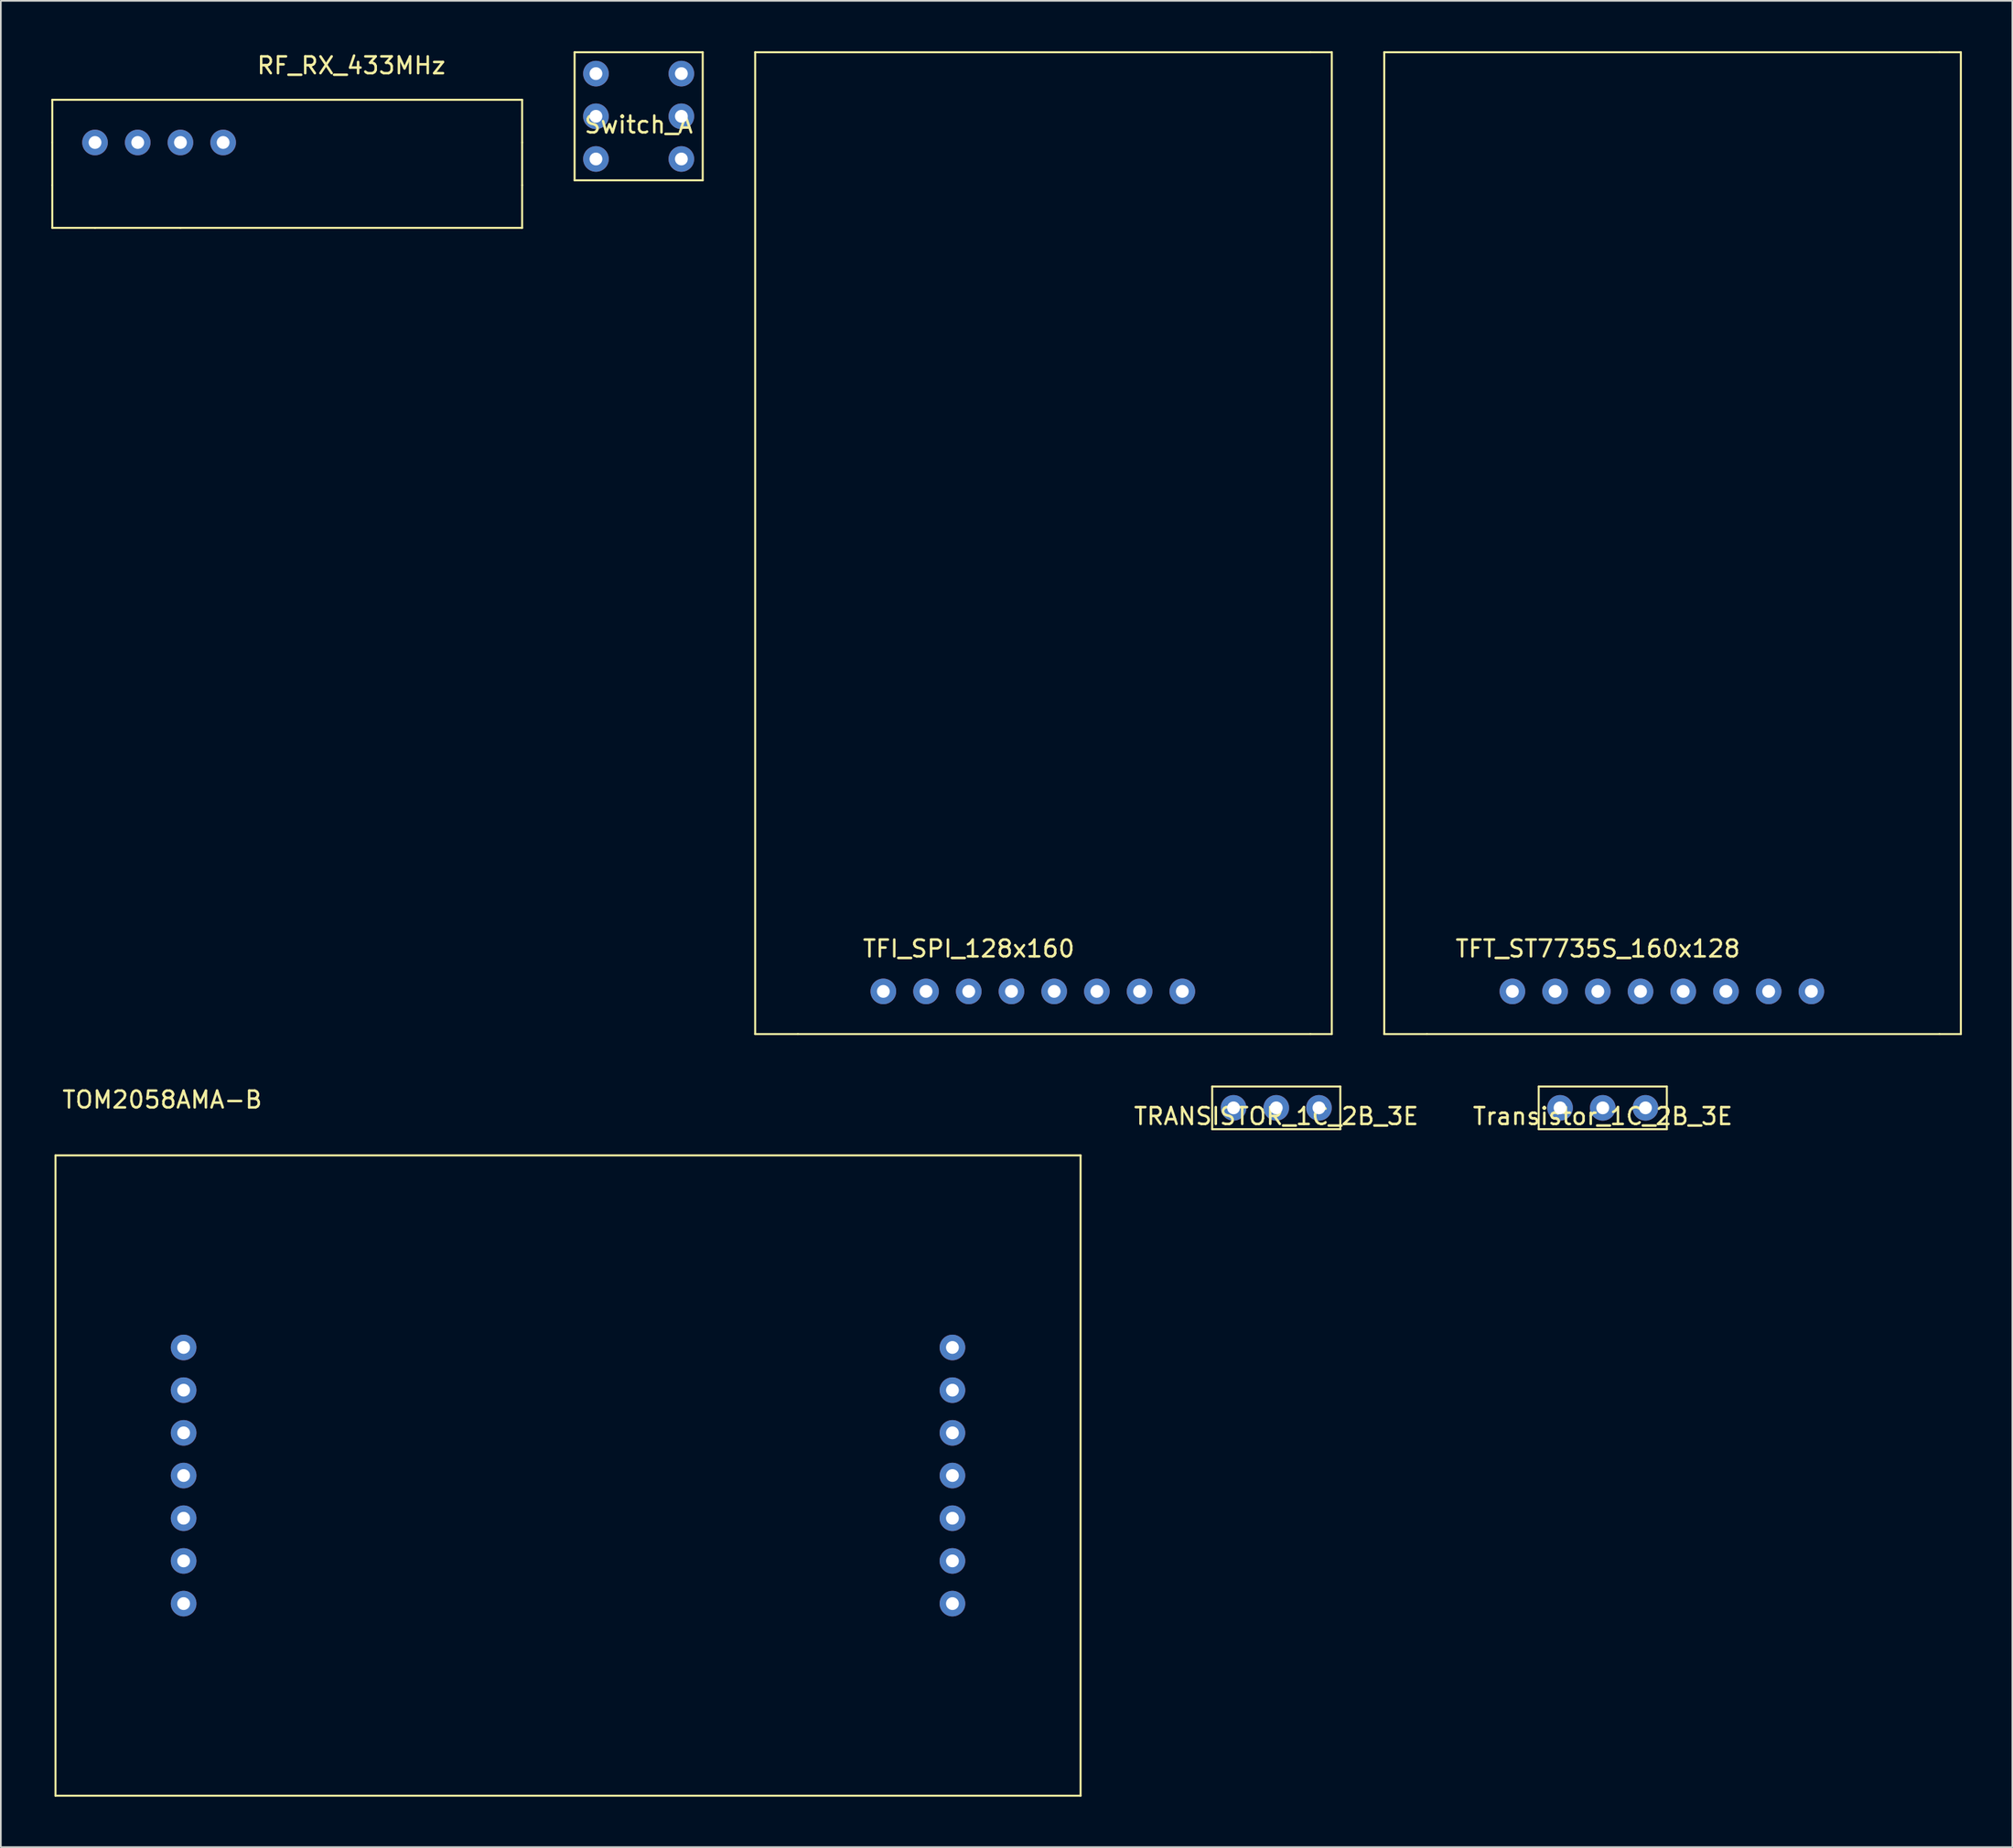
<source format=kicad_pcb>
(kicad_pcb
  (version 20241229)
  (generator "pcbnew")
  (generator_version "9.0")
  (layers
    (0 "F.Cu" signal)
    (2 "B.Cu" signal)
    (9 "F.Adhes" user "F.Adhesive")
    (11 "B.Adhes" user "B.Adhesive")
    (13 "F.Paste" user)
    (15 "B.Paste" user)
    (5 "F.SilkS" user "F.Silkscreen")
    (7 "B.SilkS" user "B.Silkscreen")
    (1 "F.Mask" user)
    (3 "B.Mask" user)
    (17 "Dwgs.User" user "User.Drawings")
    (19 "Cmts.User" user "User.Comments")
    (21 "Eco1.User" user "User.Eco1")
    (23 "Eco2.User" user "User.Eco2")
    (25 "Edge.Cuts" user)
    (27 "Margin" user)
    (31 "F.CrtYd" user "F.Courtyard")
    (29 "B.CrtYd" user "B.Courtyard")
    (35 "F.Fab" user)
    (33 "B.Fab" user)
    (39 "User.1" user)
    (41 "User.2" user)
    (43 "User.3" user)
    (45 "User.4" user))
  (footprint "TFI_SPI_128x160"
    (layer "F.Cu")
    (at 54.56 55.94)
    (property "Reference" "TFI_SPI_128x160" (at 0 -2.54 0) (layer "F.SilkS") (effects (font (size 1 1) (thickness 0.15))))
    (attr through_hole)
    (fp_line (start -12.7 -55.88) (end 20.32 -55.88) (stroke (width 0.12) (type solid)) (layer "F.SilkS"))
    (fp_line (start -12.7 2.54) (end -12.7 -55.88) (stroke (width 0.12) (type solid)) (layer "F.SilkS"))
    (fp_line (start -12.7 2.54) (end -10.16 2.54) (stroke (width 0.12) (type solid)) (layer "F.SilkS"))
    (fp_line (start 20.32 -55.88) (end 21.59 -55.88) (stroke (width 0.12) (type solid)) (layer "F.SilkS"))
    (fp_line (start 20.32 2.54) (end -10.16 2.54) (stroke (width 0.12) (type solid)) (layer "F.SilkS"))
    (fp_line (start 21.59 -55.88) (end 21.59 2.54) (stroke (width 0.12) (type solid)) (layer "F.SilkS"))
    (fp_line (start 21.59 2.54) (end 20.32 2.54) (stroke (width 0.12) (type solid)) (layer "F.SilkS"))
    (pad "1" thru_hole circle (at -5.08 0) (size 1.524 1.524) (drill 0.762) (layers "*.Cu" "*.Mask"))
    (pad "2" thru_hole circle (at -2.54 0) (size 1.524 1.524) (drill 0.762) (layers "*.Cu" "*.Mask"))
    (pad "3" thru_hole circle (at 0 0) (size 1.524 1.524) (drill 0.762) (layers "*.Cu" "*.Mask"))
    (pad "4" thru_hole circle (at 2.54 0) (size 1.524 1.524) (drill 0.762) (layers "*.Cu" "*.Mask"))
    (pad "5" thru_hole circle (at 5.08 0) (size 1.524 1.524) (drill 0.762) (layers "*.Cu" "*.Mask"))
    (pad "6" thru_hole circle (at 7.62 0) (size 1.524 1.524) (drill 0.762) (layers "*.Cu" "*.Mask"))
    (pad "7" thru_hole circle (at 10.16 0) (size 1.524 1.524) (drill 0.762) (layers "*.Cu" "*.Mask"))
    (pad "8" thru_hole circle (at 12.7 0) (size 1.524 1.524) (drill 0.762) (layers "*.Cu" "*.Mask")))
  (footprint "TOM2058AMA-B"
    (layer "F.Cu")
    (at 0.25 65.698)
    (property "Reference" "TOM2058AMA-B" (at 6.35 -3.31 0) (layer "F.SilkS") (effects (font (size 1 1) (thickness 0.15))))
    (attr through_hole)
    (fp_line (start 0 0) (end 60.96 0) (stroke (width 0.12) (type solid)) (layer "F.SilkS"))
    (fp_line (start 0 38.1) (end 0 0) (stroke (width 0.12) (type solid)) (layer "F.SilkS"))
    (fp_line (start 60.96 0) (end 60.96 38.1) (stroke (width 0.12) (type solid)) (layer "F.SilkS"))
    (fp_line (start 60.96 38.1) (end 0 38.1) (stroke (width 0.12) (type solid)) (layer "F.SilkS"))
    (pad "1" thru_hole circle (at 7.62 11.43) (size 1.524 1.524) (drill 0.762) (layers "*.Cu" "*.Mask"))
    (pad "2" thru_hole circle (at 7.62 13.97) (size 1.524 1.524) (drill 0.762) (layers "*.Cu" "*.Mask"))
    (pad "3" thru_hole circle (at 7.62 16.51) (size 1.524 1.524) (drill 0.762) (layers "*.Cu" "*.Mask"))
    (pad "4" thru_hole circle (at 7.62 19.05) (size 1.524 1.524) (drill 0.762) (layers "*.Cu" "*.Mask"))
    (pad "5" thru_hole circle (at 7.62 21.59) (size 1.524 1.524) (drill 0.762) (layers "*.Cu" "*.Mask"))
    (pad "6" thru_hole circle (at 7.62 24.13) (size 1.524 1.524) (drill 0.762) (layers "*.Cu" "*.Mask"))
    (pad "7" thru_hole circle (at 7.62 26.67) (size 1.524 1.524) (drill 0.762) (layers "*.Cu" "*.Mask"))
    (pad "8" thru_hole circle (at 53.34 26.67) (size 1.524 1.524) (drill 0.762) (layers "*.Cu" "*.Mask"))
    (pad "9" thru_hole circle (at 53.34 24.13) (size 1.524 1.524) (drill 0.762) (layers "*.Cu" "*.Mask"))
    (pad "10" thru_hole circle (at 53.34 21.59) (size 1.524 1.524) (drill 0.762) (layers "*.Cu" "*.Mask"))
    (pad "11" thru_hole circle (at 53.34 19.05) (size 1.524 1.524) (drill 0.762) (layers "*.Cu" "*.Mask"))
    (pad "12" thru_hole circle (at 53.34 16.51) (size 1.524 1.524) (drill 0.762) (layers "*.Cu" "*.Mask"))
    (pad "13" thru_hole circle (at 53.34 13.97) (size 1.524 1.524) (drill 0.762) (layers "*.Cu" "*.Mask"))
    (pad "14" thru_hole circle (at 53.34 11.43) (size 1.524 1.524) (drill 0.762) (layers "*.Cu" "*.Mask")))
  (footprint "RF_RX_433MHz"
    (layer "F.Cu")
    (at 17.84 0.348)
    (property "Reference" "RF_RX_433MHz" (at 0 0.5 0) (layer "F.SilkS") (effects (font (size 1 1) (thickness 0.15))))
    (attr through_hole)
    (fp_line (start -17.78 2.54) (end 10.16 2.54) (stroke (width 0.12) (type solid)) (layer "F.SilkS"))
    (fp_line (start -17.78 5.08) (end -17.78 2.54) (stroke (width 0.12) (type solid)) (layer "F.SilkS"))
    (fp_line (start -17.78 5.08) (end -17.78 7.62) (stroke (width 0.12) (type solid)) (layer "F.SilkS"))
    (fp_line (start -17.78 7.62) (end -17.78 10.16) (stroke (width 0.12) (type solid)) (layer "F.SilkS"))
    (fp_line (start -17.78 10.16) (end -15.24 10.16) (stroke (width 0.12) (type solid)) (layer "F.SilkS"))
    (fp_line (start -15.24 10.16) (end -10.16 10.16) (stroke (width 0.12) (type solid)) (layer "F.SilkS"))
    (fp_line (start -10.16 10.16) (end 10.16 10.16) (stroke (width 0.12) (type solid)) (layer "F.SilkS"))
    (fp_line (start 10.16 5.08) (end 10.16 2.54) (stroke (width 0.12) (type solid)) (layer "F.SilkS"))
    (fp_line (start 10.16 7.62) (end 10.16 5.08) (stroke (width 0.12) (type solid)) (layer "F.SilkS"))
    (fp_line (start 10.16 10.16) (end 10.16 7.62) (stroke (width 0.12) (type solid)) (layer "F.SilkS"))
    (pad "1" thru_hole circle (at -15.24 5.08) (size 1.524 1.524) (drill 0.762) (layers "*.Cu" "*.Mask"))
    (pad "2" thru_hole circle (at -12.7 5.08) (size 1.524 1.524) (drill 0.762) (layers "*.Cu" "*.Mask"))
    (pad "3" thru_hole circle (at -10.16 5.08) (size 1.524 1.524) (drill 0.762) (layers "*.Cu" "*.Mask"))
    (pad "4" thru_hole circle (at -7.62 5.08) (size 1.524 1.524) (drill 0.762) (layers "*.Cu" "*.Mask")))
  (footprint "Transistor_1C_2B_3E"
    (layer "F.Cu")
    (at 92.264 62.87)
    (property "Reference" "Transistor_1C_2B_3E" (at 0 0.5 0) (layer "F.SilkS") (effects (font (size 1 1) (thickness 0.15))))
    (attr through_hole)
    (fp_line (start -3.81 -1.27) (end 3.81 -1.27) (stroke (width 0.12) (type solid)) (layer "F.SilkS"))
    (fp_line (start -3.81 1.27) (end -3.81 -1.27) (stroke (width 0.12) (type solid)) (layer "F.SilkS"))
    (fp_line (start 3.81 -1.27) (end 3.81 1.27) (stroke (width 0.12) (type solid)) (layer "F.SilkS"))
    (fp_line (start 3.81 1.27) (end -3.81 1.27) (stroke (width 0.12) (type solid)) (layer "F.SilkS"))
    (pad "1" thru_hole circle (at -2.54 0) (size 1.524 1.524) (drill 0.762) (layers "*.Cu" "*.Mask"))
    (pad "2" thru_hole circle (at 0 0) (size 1.524 1.524) (drill 0.762) (layers "*.Cu" "*.Mask"))
    (pad "3" thru_hole circle (at 2.54 0) (size 1.524 1.524) (drill 0.762) (layers "*.Cu" "*.Mask")))
  (footprint "TRANSISTOR_1C_2B_3E"
    (layer "F.Cu")
    (at 72.847 62.87)
    (property "Reference" "TRANSISTOR_1C_2B_3E" (at 0 0.5 0) (layer "F.SilkS") (effects (font (size 1 1) (thickness 0.15))))
    (attr through_hole)
    (fp_line (start -3.81 -1.27) (end 3.81 -1.27) (stroke (width 0.12) (type solid)) (layer "F.SilkS"))
    (fp_line (start -3.81 1.27) (end -3.81 -1.27) (stroke (width 0.12) (type solid)) (layer "F.SilkS"))
    (fp_line (start 3.81 -1.27) (end 3.81 1.27) (stroke (width 0.12) (type solid)) (layer "F.SilkS"))
    (fp_line (start 3.81 1.27) (end -3.81 1.27) (stroke (width 0.12) (type solid)) (layer "F.SilkS"))
    (pad "1" thru_hole circle (at -2.54 0) (size 1.524 1.524) (drill 0.762) (layers "*.Cu" "*.Mask"))
    (pad "2" thru_hole circle (at 0 0) (size 1.524 1.524) (drill 0.762) (layers "*.Cu" "*.Mask"))
    (pad "3" thru_hole circle (at 2.54 0) (size 1.524 1.524) (drill 0.762) (layers "*.Cu" "*.Mask")))
  (footprint "Switch_A"
    (layer "F.Cu")
    (at 34.93 3.87)
    (property "Reference" "Switch_A" (at 0 0.5 0) (layer "F.SilkS") (effects (font (size 1 1) (thickness 0.15))))
    (attr through_hole)
    (fp_line (start -3.81 -3.81) (end 3.81 -3.81) (stroke (width 0.12) (type solid)) (layer "F.SilkS"))
    (fp_line (start -3.81 3.81) (end -3.81 -3.81) (stroke (width 0.12) (type solid)) (layer "F.SilkS"))
    (fp_line (start 3.81 -3.81) (end 3.81 3.81) (stroke (width 0.12) (type solid)) (layer "F.SilkS"))
    (fp_line (start 3.81 3.81) (end -3.81 3.81) (stroke (width 0.12) (type solid)) (layer "F.SilkS"))
    (pad "1" thru_hole circle (at -2.54 -2.54) (size 1.524 1.524) (drill 0.762) (layers "*.Cu" "*.Mask"))
    (pad "2" thru_hole circle (at -2.54 0) (size 1.524 1.524) (drill 0.762) (layers "*.Cu" "*.Mask"))
    (pad "3" thru_hole circle (at -2.54 2.54) (size 1.524 1.524) (drill 0.762) (layers "*.Cu" "*.Mask"))
    (pad "4" thru_hole circle (at 2.54 2.54) (size 1.524 1.524) (drill 0.762) (layers "*.Cu" "*.Mask"))
    (pad "5" thru_hole circle (at 2.54 0) (size 1.524 1.524) (drill 0.762) (layers "*.Cu" "*.Mask"))
    (pad "6" thru_hole circle (at 2.54 -2.54) (size 1.524 1.524) (drill 0.762) (layers "*.Cu" "*.Mask")))
  (footprint "TFT_ST7735S_160x128"
    (layer "F.Cu")
    (at 91.97 55.94)
    (property "Reference" "TFT_ST7735S_160x128" (at 0 -2.54 0) (layer "F.SilkS") (effects (font (size 1 1) (thickness 0.15))))
    (attr through_hole)
    (fp_line (start -12.7 -55.88) (end 20.32 -55.88) (stroke (width 0.12) (type solid)) (layer "F.SilkS"))
    (fp_line (start -12.7 2.54) (end -12.7 -55.88) (stroke (width 0.12) (type solid)) (layer "F.SilkS"))
    (fp_line (start -12.7 2.54) (end -10.16 2.54) (stroke (width 0.12) (type solid)) (layer "F.SilkS"))
    (fp_line (start 20.32 -55.88) (end 21.59 -55.88) (stroke (width 0.12) (type solid)) (layer "F.SilkS"))
    (fp_line (start 20.32 2.54) (end -10.16 2.54) (stroke (width 0.12) (type solid)) (layer "F.SilkS"))
    (fp_line (start 21.59 -55.88) (end 21.59 2.54) (stroke (width 0.12) (type solid)) (layer "F.SilkS"))
    (fp_line (start 21.59 2.54) (end 20.32 2.54) (stroke (width 0.12) (type solid)) (layer "F.SilkS"))
    (pad "1" thru_hole circle (at -5.08 0) (size 1.524 1.524) (drill 0.762) (layers "*.Cu" "*.Mask"))
    (pad "2" thru_hole circle (at -2.54 0) (size 1.524 1.524) (drill 0.762) (layers "*.Cu" "*.Mask"))
    (pad "3" thru_hole circle (at 0 0) (size 1.524 1.524) (drill 0.762) (layers "*.Cu" "*.Mask"))
    (pad "4" thru_hole circle (at 2.54 0) (size 1.524 1.524) (drill 0.762) (layers "*.Cu" "*.Mask"))
    (pad "5" thru_hole circle (at 5.08 0) (size 1.524 1.524) (drill 0.762) (layers "*.Cu" "*.Mask"))
    (pad "6" thru_hole circle (at 7.62 0) (size 1.524 1.524) (drill 0.762) (layers "*.Cu" "*.Mask"))
    (pad "7" thru_hole circle (at 10.16 0) (size 1.524 1.524) (drill 0.762) (layers "*.Cu" "*.Mask"))
    (pad "8" thru_hole circle (at 12.7 0) (size 1.524 1.524) (drill 0.762) (layers "*.Cu" "*.Mask")))
  (gr_rect
    (start -3 -3)
    (end 116.62 106.858)
    (stroke (width 0.1) (type default))
    (fill no)
    (layer "Edge.Cuts")))
</source>
